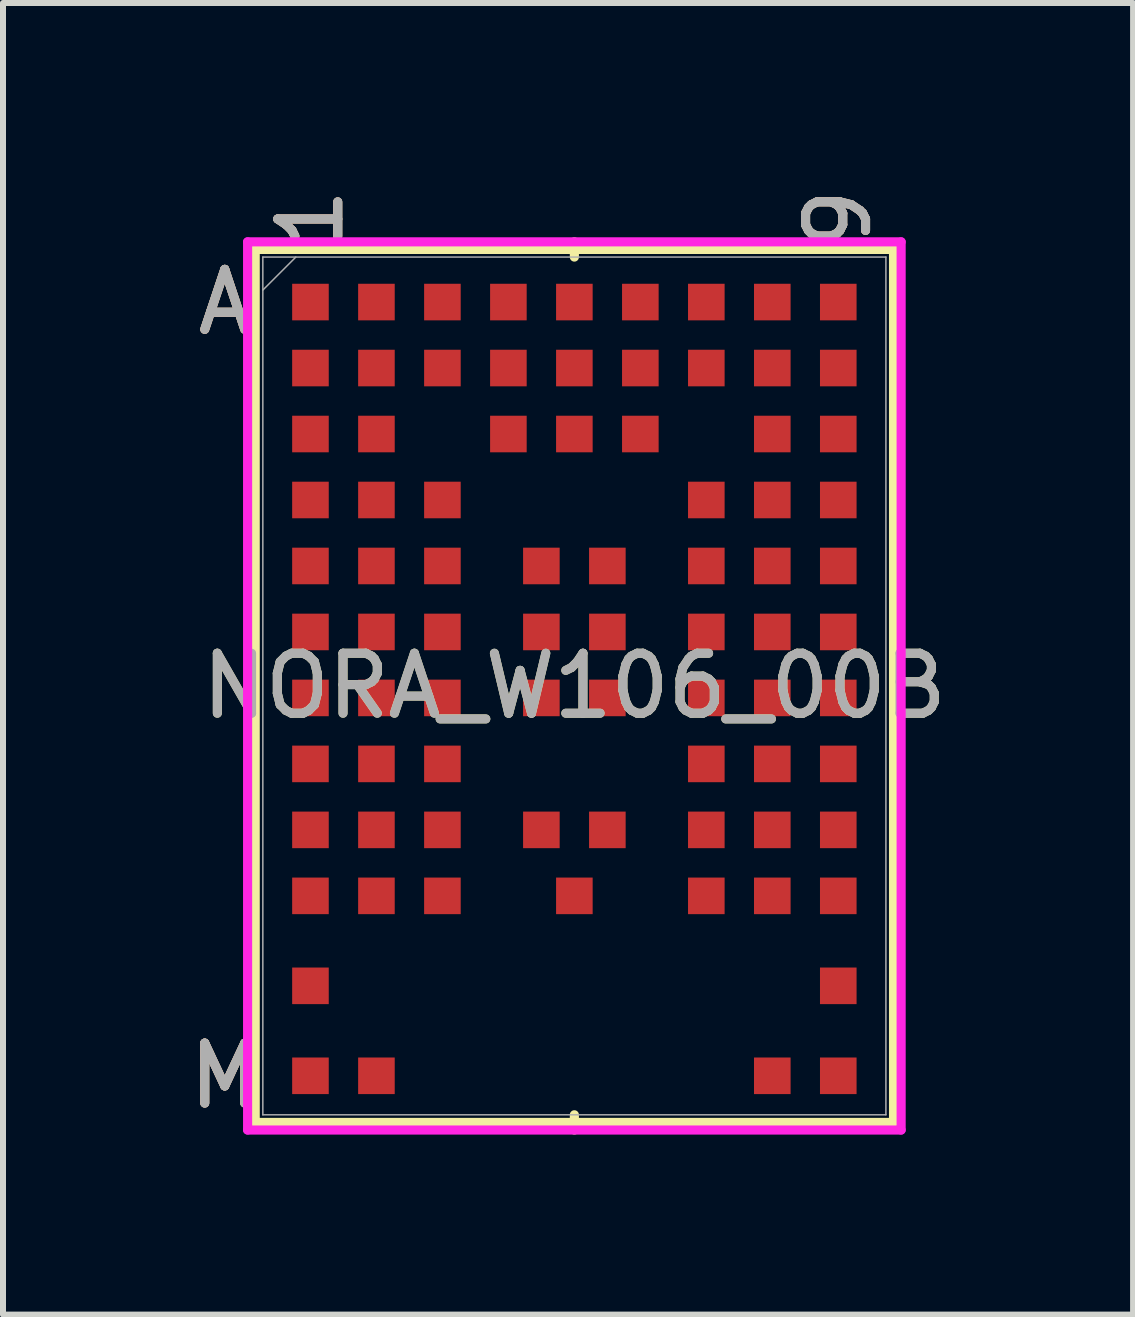
<source format=kicad_pcb>
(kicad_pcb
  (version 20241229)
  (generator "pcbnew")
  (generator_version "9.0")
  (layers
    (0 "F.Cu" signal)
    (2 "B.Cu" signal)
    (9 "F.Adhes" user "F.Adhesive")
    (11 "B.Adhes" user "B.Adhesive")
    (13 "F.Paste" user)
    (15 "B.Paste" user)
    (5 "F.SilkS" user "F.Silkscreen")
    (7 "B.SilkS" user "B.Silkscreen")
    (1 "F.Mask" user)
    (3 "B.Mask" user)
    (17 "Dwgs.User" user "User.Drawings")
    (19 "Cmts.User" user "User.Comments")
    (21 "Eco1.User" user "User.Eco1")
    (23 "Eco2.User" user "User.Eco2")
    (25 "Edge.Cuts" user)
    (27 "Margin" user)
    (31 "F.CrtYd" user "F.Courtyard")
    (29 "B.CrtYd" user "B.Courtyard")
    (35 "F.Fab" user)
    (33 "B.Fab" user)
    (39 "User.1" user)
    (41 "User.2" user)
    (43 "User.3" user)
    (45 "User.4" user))
  (footprint "NORA_W106_00B"
    (layer "F.Cu")
    (at 6.526 8.386)
    (property "Reference" "NORA_W106_00B" (at 0 0 0) (unlocked yes) (layer "F.SilkS") (effects (font (size 1 1) (thickness 0.15))))
    (attr smd)
    (fp_line (start -5.321 -7.277) (end -5.321 7.277) (stroke (width 0.152) (type solid)) (layer "F.SilkS"))
    (fp_line (start -5.321 7.277) (end 5.321 7.277) (stroke (width 0.152) (type solid)) (layer "F.SilkS"))
    (fp_line (start 0 -7.15) (end 0 -7.404) (stroke (width 0.152) (type solid)) (layer "F.SilkS"))
    (fp_line (start 0 7.15) (end 0 7.404) (stroke (width 0.152) (type solid)) (layer "F.SilkS"))
    (fp_line (start 5.321 -7.277) (end -5.321 -7.277) (stroke (width 0.152) (type solid)) (layer "F.SilkS"))
    (fp_line (start 5.321 7.277) (end 5.321 -7.277) (stroke (width 0.152) (type solid)) (layer "F.SilkS"))
    (fp_poly (pts (xy -5.458 -2.158) (xy 5.458 -2.158) (xy 5.458 2.158) (xy -5.458 2.158)) (stroke (width 0.1) (type solid)) (fill no) (layer "Eco2.User"))
    (fp_poly (pts (xy -4.095 3.805) (xy -4.095 6.195) (xy -2.995 6.195) (xy -2.995 7) (xy -5.194 7) (xy -5.194 7.15) (xy 5.194 7.15) (xy 5.194 7) (xy 2.995 7) (xy 2.995 6.195) (xy 4.095 6.195) (xy 4.095 3.805)) (stroke (width 0.1) (type solid)) (fill no) (layer "Eco2.User"))
    (fp_line (start -5.448 -7.404) (end 5.448 -7.404) (stroke (width 0.152) (type solid)) (layer "F.CrtYd"))
    (fp_line (start -5.448 7.404) (end -5.448 -7.404) (stroke (width 0.152) (type solid)) (layer "F.CrtYd"))
    (fp_line (start 5.448 -7.404) (end 5.448 7.404) (stroke (width 0.152) (type solid)) (layer "F.CrtYd"))
    (fp_line (start 5.448 7.404) (end -5.448 7.404) (stroke (width 0.152) (type solid)) (layer "F.CrtYd"))
    (fp_line (start -5.194 -7.15) (end -5.194 7.15) (stroke (width 0.025) (type solid)) (layer "F.Fab"))
    (fp_line (start -5.194 7.15) (end 5.194 7.15) (stroke (width 0.025) (type solid)) (layer "F.Fab"))
    (fp_line (start -4.644 -7.15) (end -5.194 -6.6) (stroke (width 0.025) (type solid)) (layer "F.Fab"))
    (fp_line (start 5.194 -7.15) (end -5.194 -7.15) (stroke (width 0.025) (type solid)) (layer "F.Fab"))
    (fp_line (start 5.194 7.15) (end 5.194 -7.15) (stroke (width 0.025) (type solid)) (layer "F.Fab"))
    (fp_text user "A" (at -5.829 -6.4 0) (unlocked yes) (layer "F.SilkS") (effects (font (size 1 1) (thickness 0.15))))
    (fp_text user "1" (at -4.4 -7.785 90) (unlocked yes) (layer "F.SilkS") (effects (font (size 1 1) (thickness 0.15))))
    (fp_text user "M" (at -5.829 6.5 0) (unlocked yes) (layer "F.SilkS") (effects (font (size 1 1) (thickness 0.15))))
    (fp_text user "9" (at 4.4 -7.785 90) (unlocked yes) (layer "F.SilkS") (effects (font (size 1 1) (thickness 0.15))))
    (fp_text user "9" (at 4.4 -7.785 90) (unlocked yes) (layer "B.SilkS") (effects (font (size 1 1) (thickness 0.15))))
    (fp_text user "A" (at -5.829 -6.4 0) (unlocked yes) (layer "B.SilkS") (effects (font (size 1 1) (thickness 0.15))))
    (fp_text user "M" (at -5.829 6.5 0) (unlocked yes) (layer "B.SilkS") (effects (font (size 1 1) (thickness 0.15))))
    (fp_text user "1" (at -4.4 -7.785 90) (unlocked yes) (layer "B.SilkS") (effects (font (size 1 1) (thickness 0.15))))
    (fp_text user "A" (at -5.829 -6.4 0) (unlocked yes) (layer "F.Fab") (effects (font (size 1 1) (thickness 0.15))))
    (fp_text user "9" (at 4.4 -7.785 90) (unlocked yes) (layer "F.Fab") (effects (font (size 1 1) (thickness 0.15))))
    (fp_text user "1" (at -4.4 -7.785 90) (unlocked yes) (layer "F.Fab") (effects (font (size 1 1) (thickness 0.15))))
    (fp_text user "M" (at -5.829 6.5 0) (unlocked yes) (layer "F.Fab") (effects (font (size 1 1) (thickness 0.15))))
    (fp_text user "${REFERENCE}" (at 0 0 0) (unlocked yes) (layer "F.Fab") (effects (font (size 1 1) (thickness 0.15))))
    (pad "A1" smd rect (at -4.4 -6.4) (size 0.61 0.61) (layers "F.Cu" "F.Mask" "F.Paste"))
    (pad "A2" smd rect (at -3.3 -6.4) (size 0.61 0.61) (layers "F.Cu" "F.Mask" "F.Paste"))
    (pad "A3" smd rect (at -2.2 -6.4) (size 0.61 0.61) (layers "F.Cu" "F.Mask" "F.Paste"))
    (pad "A4" smd rect (at -1.1 -6.4) (size 0.61 0.61) (layers "F.Cu" "F.Mask" "F.Paste"))
    (pad "A5" smd rect (at 0 -6.4) (size 0.61 0.61) (layers "F.Cu" "F.Mask" "F.Paste"))
    (pad "A6" smd rect (at 1.1 -6.4) (size 0.61 0.61) (layers "F.Cu" "F.Mask" "F.Paste"))
    (pad "A7" smd rect (at 2.2 -6.4) (size 0.61 0.61) (layers "F.Cu" "F.Mask" "F.Paste"))
    (pad "A8" smd rect (at 3.3 -6.4) (size 0.61 0.61) (layers "F.Cu" "F.Mask" "F.Paste"))
    (pad "A9" smd rect (at 4.4 -6.4) (size 0.61 0.61) (layers "F.Cu" "F.Mask" "F.Paste"))
    (pad "B1" smd rect (at -4.4 -5.3) (size 0.61 0.61) (layers "F.Cu" "F.Mask" "F.Paste"))
    (pad "B2" smd rect (at -3.3 -5.3) (size 0.61 0.61) (layers "F.Cu" "F.Mask" "F.Paste"))
    (pad "B3" smd rect (at -2.2 -5.3) (size 0.61 0.61) (layers "F.Cu" "F.Mask" "F.Paste"))
    (pad "B4" smd rect (at -1.1 -5.3) (size 0.61 0.61) (layers "F.Cu" "F.Mask" "F.Paste"))
    (pad "B5" smd rect (at 0 -5.3) (size 0.61 0.61) (layers "F.Cu" "F.Mask" "F.Paste"))
    (pad "B6" smd rect (at 1.1 -5.3) (size 0.61 0.61) (layers "F.Cu" "F.Mask" "F.Paste"))
    (pad "B7" smd rect (at 2.2 -5.3) (size 0.61 0.61) (layers "F.Cu" "F.Mask" "F.Paste"))
    (pad "B8" smd rect (at 3.3 -5.3) (size 0.61 0.61) (layers "F.Cu" "F.Mask" "F.Paste"))
    (pad "B9" smd rect (at 4.4 -5.3) (size 0.61 0.61) (layers "F.Cu" "F.Mask" "F.Paste"))
    (pad "C1" smd rect (at -4.4 -4.2) (size 0.61 0.61) (layers "F.Cu" "F.Mask" "F.Paste"))
    (pad "C2" smd rect (at -3.3 -4.2) (size 0.61 0.61) (layers "F.Cu" "F.Mask" "F.Paste"))
    (pad "C4" smd rect (at -1.1 -4.2) (size 0.61 0.61) (layers "F.Cu" "F.Mask" "F.Paste"))
    (pad "C5" smd rect (at 0 -4.2) (size 0.61 0.61) (layers "F.Cu" "F.Mask" "F.Paste"))
    (pad "C6" smd rect (at 1.1 -4.2) (size 0.61 0.61) (layers "F.Cu" "F.Mask" "F.Paste"))
    (pad "C8" smd rect (at 3.3 -4.2) (size 0.61 0.61) (layers "F.Cu" "F.Mask" "F.Paste"))
    (pad "C9" smd rect (at 4.4 -4.2) (size 0.61 0.61) (layers "F.Cu" "F.Mask" "F.Paste"))
    (pad "D1" smd rect (at -4.4 -3.1) (size 0.61 0.61) (layers "F.Cu" "F.Mask" "F.Paste"))
    (pad "D2" smd rect (at -3.3 -3.1) (size 0.61 0.61) (layers "F.Cu" "F.Mask" "F.Paste"))
    (pad "D3" smd rect (at -2.2 -3.1) (size 0.61 0.61) (layers "F.Cu" "F.Mask" "F.Paste"))
    (pad "D7" smd rect (at 2.2 -3.1) (size 0.61 0.61) (layers "F.Cu" "F.Mask" "F.Paste"))
    (pad "D8" smd rect (at 3.3 -3.1) (size 0.61 0.61) (layers "F.Cu" "F.Mask" "F.Paste"))
    (pad "D9" smd rect (at 4.4 -3.1) (size 0.61 0.61) (layers "F.Cu" "F.Mask" "F.Paste"))
    (pad "E1" smd rect (at -4.4 -2) (size 0.61 0.61) (layers "F.Cu" "F.Mask" "F.Paste"))
    (pad "E2" smd rect (at -3.3 -2) (size 0.61 0.61) (layers "F.Cu" "F.Mask" "F.Paste"))
    (pad "E3" smd rect (at -2.2 -2) (size 0.61 0.61) (layers "F.Cu" "F.Mask" "F.Paste"))
    (pad "E4" smd rect (at -0.55 -2) (size 0.61 0.61) (layers "F.Cu" "F.Mask" "F.Paste"))
    (pad "E5" smd rect (at 0.55 -2) (size 0.61 0.61) (layers "F.Cu" "F.Mask" "F.Paste"))
    (pad "E7" smd rect (at 2.2 -2) (size 0.61 0.61) (layers "F.Cu" "F.Mask" "F.Paste"))
    (pad "E8" smd rect (at 3.3 -2) (size 0.61 0.61) (layers "F.Cu" "F.Mask" "F.Paste"))
    (pad "E9" smd rect (at 4.4 -2) (size 0.61 0.61) (layers "F.Cu" "F.Mask" "F.Paste"))
    (pad "F1" smd rect (at -4.4 -0.9) (size 0.61 0.61) (layers "F.Cu" "F.Mask" "F.Paste"))
    (pad "F2" smd rect (at -3.3 -0.9) (size 0.61 0.61) (layers "F.Cu" "F.Mask" "F.Paste"))
    (pad "F3" smd rect (at -2.2 -0.9) (size 0.61 0.61) (layers "F.Cu" "F.Mask" "F.Paste"))
    (pad "F4" smd rect (at -0.55 -0.9) (size 0.61 0.61) (layers "F.Cu" "F.Mask" "F.Paste"))
    (pad "F5" smd rect (at 0.55 -0.9) (size 0.61 0.61) (layers "F.Cu" "F.Mask" "F.Paste"))
    (pad "F7" smd rect (at 2.2 -0.9) (size 0.61 0.61) (layers "F.Cu" "F.Mask" "F.Paste"))
    (pad "F8" smd rect (at 3.3 -0.9) (size 0.61 0.61) (layers "F.Cu" "F.Mask" "F.Paste"))
    (pad "F9" smd rect (at 4.4 -0.9) (size 0.61 0.61) (layers "F.Cu" "F.Mask" "F.Paste"))
    (pad "G1" smd rect (at -4.4 0.2) (size 0.61 0.61) (layers "F.Cu" "F.Mask" "F.Paste"))
    (pad "G2" smd rect (at -3.3 0.2) (size 0.61 0.61) (layers "F.Cu" "F.Mask" "F.Paste"))
    (pad "G3" smd rect (at -2.2 0.2) (size 0.61 0.61) (layers "F.Cu" "F.Mask" "F.Paste"))
    (pad "G4" smd rect (at -0.55 0.2) (size 0.61 0.61) (layers "F.Cu" "F.Mask" "F.Paste"))
    (pad "G5" smd rect (at 0.55 0.2) (size 0.61 0.61) (layers "F.Cu" "F.Mask" "F.Paste"))
    (pad "G7" smd rect (at 2.2 0.2) (size 0.61 0.61) (layers "F.Cu" "F.Mask" "F.Paste"))
    (pad "G8" smd rect (at 3.3 0.2) (size 0.61 0.61) (layers "F.Cu" "F.Mask" "F.Paste"))
    (pad "G9" smd rect (at 4.4 0.2) (size 0.61 0.61) (layers "F.Cu" "F.Mask" "F.Paste"))
    (pad "H1" smd rect (at -4.4 1.3) (size 0.61 0.61) (layers "F.Cu" "F.Mask" "F.Paste"))
    (pad "H2" smd rect (at -3.3 1.3) (size 0.61 0.61) (layers "F.Cu" "F.Mask" "F.Paste"))
    (pad "H3" smd rect (at -2.2 1.3) (size 0.61 0.61) (layers "F.Cu" "F.Mask" "F.Paste"))
    (pad "H7" smd rect (at 2.2 1.3) (size 0.61 0.61) (layers "F.Cu" "F.Mask" "F.Paste"))
    (pad "H8" smd rect (at 3.3 1.3) (size 0.61 0.61) (layers "F.Cu" "F.Mask" "F.Paste"))
    (pad "H9" smd rect (at 4.4 1.3) (size 0.61 0.61) (layers "F.Cu" "F.Mask" "F.Paste"))
    (pad "J1" smd rect (at -4.4 2.4) (size 0.61 0.61) (layers "F.Cu" "F.Mask" "F.Paste"))
    (pad "J2" smd rect (at -3.3 2.4) (size 0.61 0.61) (layers "F.Cu" "F.Mask" "F.Paste"))
    (pad "J3" smd rect (at -2.2 2.4) (size 0.61 0.61) (layers "F.Cu" "F.Mask" "F.Paste"))
    (pad "J4" smd rect (at -0.55 2.4) (size 0.61 0.61) (layers "F.Cu" "F.Mask" "F.Paste"))
    (pad "J5" smd rect (at 0.55 2.4) (size 0.61 0.61) (layers "F.Cu" "F.Mask" "F.Paste"))
    (pad "J7" smd rect (at 2.2 2.4) (size 0.61 0.61) (layers "F.Cu" "F.Mask" "F.Paste"))
    (pad "J8" smd rect (at 3.3 2.4) (size 0.61 0.61) (layers "F.Cu" "F.Mask" "F.Paste"))
    (pad "J9" smd rect (at 4.4 2.4) (size 0.61 0.61) (layers "F.Cu" "F.Mask" "F.Paste"))
    (pad "K1" smd rect (at -4.4 3.5) (size 0.61 0.61) (layers "F.Cu" "F.Mask" "F.Paste"))
    (pad "K2" smd rect (at -3.3 3.5) (size 0.61 0.61) (layers "F.Cu" "F.Mask" "F.Paste"))
    (pad "K3" smd rect (at -2.2 3.5) (size 0.61 0.61) (layers "F.Cu" "F.Mask" "F.Paste"))
    (pad "K5" smd rect (at 0 3.5) (size 0.61 0.61) (layers "F.Cu" "F.Mask" "F.Paste"))
    (pad "K7" smd rect (at 2.2 3.5) (size 0.61 0.61) (layers "F.Cu" "F.Mask" "F.Paste"))
    (pad "K8" smd rect (at 3.3 3.5) (size 0.61 0.61) (layers "F.Cu" "F.Mask" "F.Paste"))
    (pad "K9" smd rect (at 4.4 3.5) (size 0.61 0.61) (layers "F.Cu" "F.Mask" "F.Paste"))
    (pad "L1" smd rect (at -4.4 5) (size 0.61 0.61) (layers "F.Cu" "F.Mask" "F.Paste"))
    (pad "L9" smd rect (at 4.4 5) (size 0.61 0.61) (layers "F.Cu" "F.Mask" "F.Paste"))
    (pad "M1" smd rect (at -4.4 6.5) (size 0.61 0.61) (layers "F.Cu" "F.Mask" "F.Paste"))
    (pad "M2" smd rect (at -3.3 6.5) (size 0.61 0.61) (layers "F.Cu" "F.Mask" "F.Paste"))
    (pad "M8" smd rect (at 3.3 6.5) (size 0.61 0.61) (layers "F.Cu" "F.Mask" "F.Paste"))
    (pad "M9" smd rect (at 4.4 6.5) (size 0.61 0.61) (layers "F.Cu" "F.Mask" "F.Paste")))
  (gr_rect
    (start -3 -3)
    (end 15.841 18.867)
    (stroke (width 0.1) (type default))
    (fill no)
    (layer "Edge.Cuts")))
</source>
